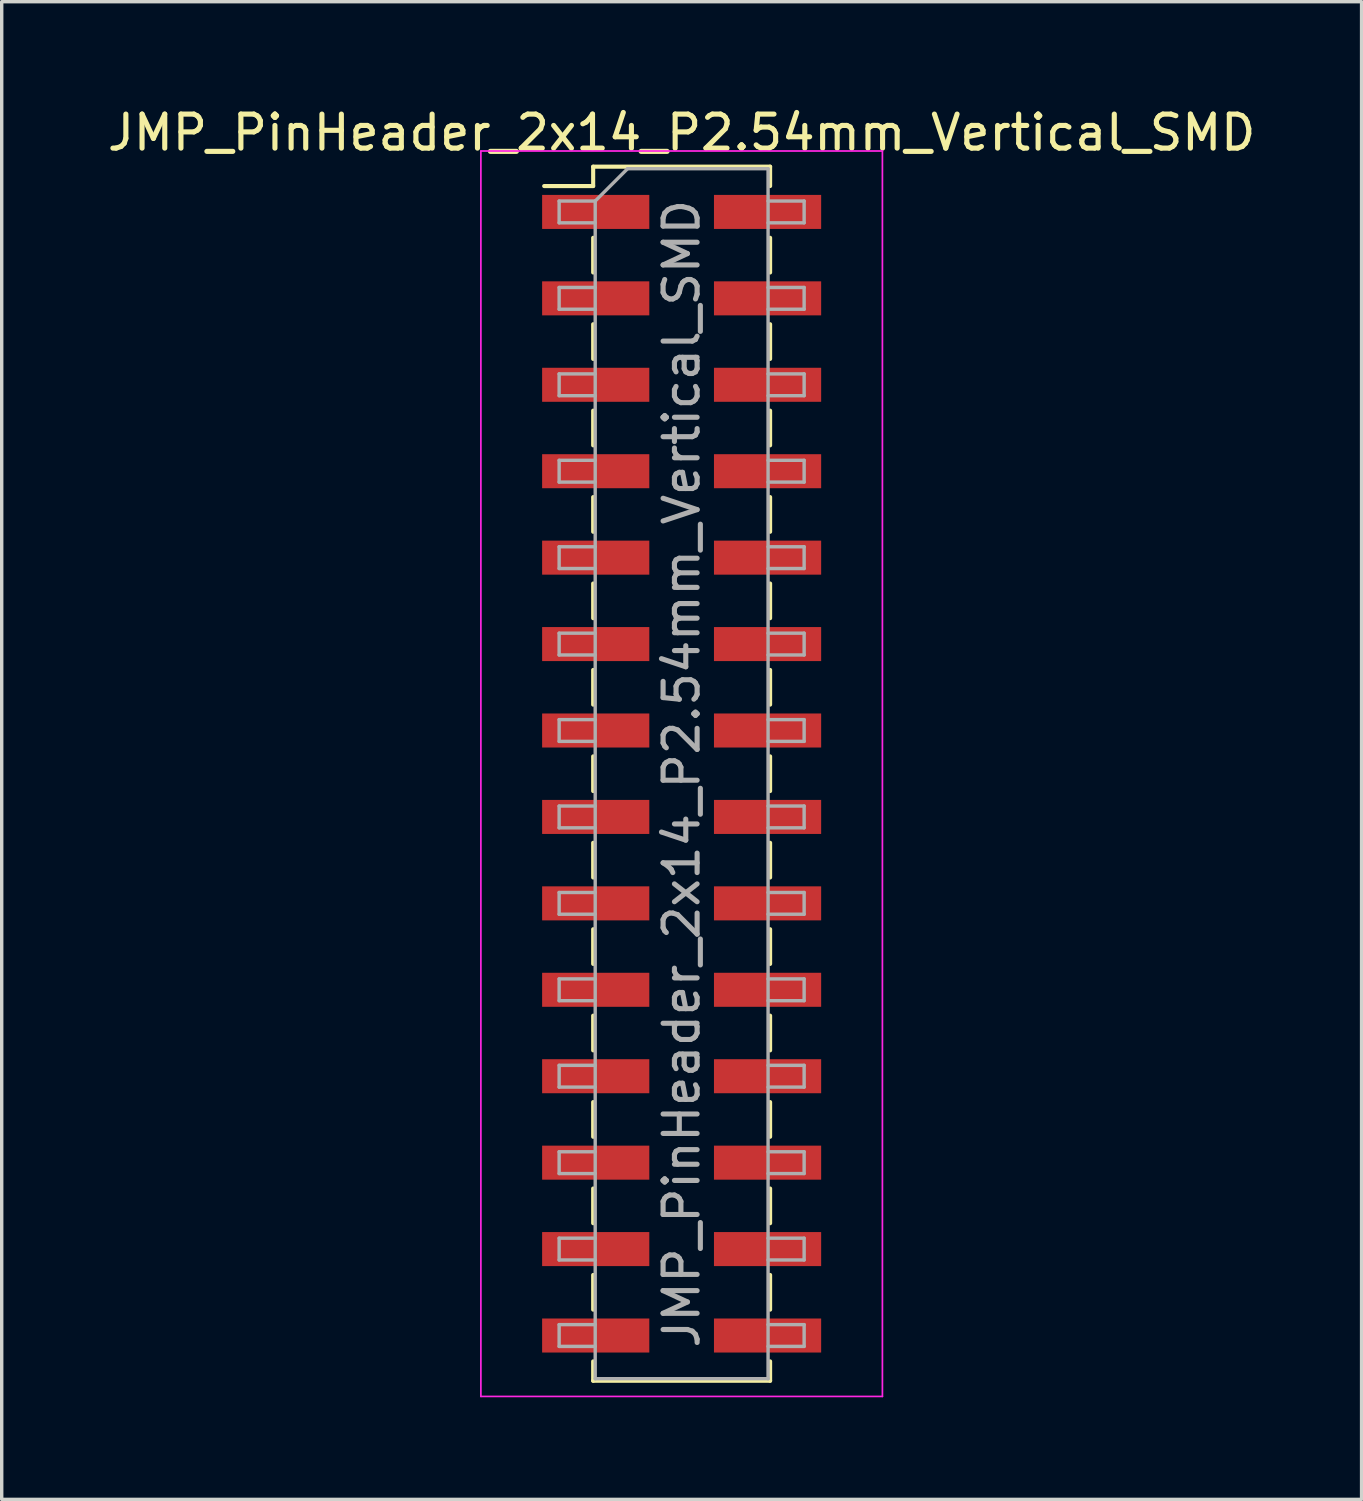
<source format=kicad_pcb>
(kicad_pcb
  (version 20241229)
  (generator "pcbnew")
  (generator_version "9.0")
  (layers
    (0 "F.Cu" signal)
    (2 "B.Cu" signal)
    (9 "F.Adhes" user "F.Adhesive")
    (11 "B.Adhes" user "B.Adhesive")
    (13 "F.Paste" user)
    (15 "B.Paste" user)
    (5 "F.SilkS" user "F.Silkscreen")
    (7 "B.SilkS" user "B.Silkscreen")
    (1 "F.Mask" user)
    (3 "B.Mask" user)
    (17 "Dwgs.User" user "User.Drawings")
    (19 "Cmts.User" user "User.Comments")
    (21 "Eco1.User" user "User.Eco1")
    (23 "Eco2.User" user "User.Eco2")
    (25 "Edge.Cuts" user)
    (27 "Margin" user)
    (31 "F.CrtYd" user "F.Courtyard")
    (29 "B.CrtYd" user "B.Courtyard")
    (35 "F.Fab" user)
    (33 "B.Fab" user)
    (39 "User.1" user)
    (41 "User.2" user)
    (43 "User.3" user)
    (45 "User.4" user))
  (footprint "JMP_PinHeader_2x14_P2.54mm_Vertical_SMD"
    (layer "F.Cu")
    (at 16.982 19.688)
    (property "Reference" "JMP_PinHeader_2x14_P2.54mm_Vertical_SMD" (at 0 -18.84 0) (layer "F.SilkS") (effects (font (size 1 1) (thickness 0.15))))
    (attr smd)
    (fp_line (start -4.04 -17.27) (end -2.6 -17.27) (stroke (width 0.12) (type solid)) (layer "F.SilkS"))
    (fp_line (start -2.6 -17.84) (end -2.6 -17.27) (stroke (width 0.12) (type solid)) (layer "F.SilkS"))
    (fp_line (start -2.6 -17.84) (end 2.6 -17.84) (stroke (width 0.12) (type solid)) (layer "F.SilkS"))
    (fp_line (start -2.6 -15.75) (end -2.6 -14.73) (stroke (width 0.12) (type solid)) (layer "F.SilkS"))
    (fp_line (start -2.6 -13.21) (end -2.6 -12.19) (stroke (width 0.12) (type solid)) (layer "F.SilkS"))
    (fp_line (start -2.6 -10.67) (end -2.6 -9.65) (stroke (width 0.12) (type solid)) (layer "F.SilkS"))
    (fp_line (start -2.6 -8.13) (end -2.6 -7.11) (stroke (width 0.12) (type solid)) (layer "F.SilkS"))
    (fp_line (start -2.6 -5.59) (end -2.6 -4.57) (stroke (width 0.12) (type solid)) (layer "F.SilkS"))
    (fp_line (start -2.6 -3.05) (end -2.6 -2.03) (stroke (width 0.12) (type solid)) (layer "F.SilkS"))
    (fp_line (start -2.6 -0.51) (end -2.6 0.51) (stroke (width 0.12) (type solid)) (layer "F.SilkS"))
    (fp_line (start -2.6 2.03) (end -2.6 3.05) (stroke (width 0.12) (type solid)) (layer "F.SilkS"))
    (fp_line (start -2.6 4.57) (end -2.6 5.59) (stroke (width 0.12) (type solid)) (layer "F.SilkS"))
    (fp_line (start -2.6 7.11) (end -2.6 8.13) (stroke (width 0.12) (type solid)) (layer "F.SilkS"))
    (fp_line (start -2.6 9.65) (end -2.6 10.67) (stroke (width 0.12) (type solid)) (layer "F.SilkS"))
    (fp_line (start -2.6 12.19) (end -2.6 13.21) (stroke (width 0.12) (type solid)) (layer "F.SilkS"))
    (fp_line (start -2.6 14.73) (end -2.6 15.75) (stroke (width 0.12) (type solid)) (layer "F.SilkS"))
    (fp_line (start -2.6 17.27) (end -2.6 17.84) (stroke (width 0.12) (type solid)) (layer "F.SilkS"))
    (fp_line (start -2.6 17.84) (end 2.6 17.84) (stroke (width 0.12) (type solid)) (layer "F.SilkS"))
    (fp_line (start 2.6 -17.84) (end 2.6 -17.27) (stroke (width 0.12) (type solid)) (layer "F.SilkS"))
    (fp_line (start 2.6 -15.75) (end 2.6 -14.73) (stroke (width 0.12) (type solid)) (layer "F.SilkS"))
    (fp_line (start 2.6 -13.21) (end 2.6 -12.19) (stroke (width 0.12) (type solid)) (layer "F.SilkS"))
    (fp_line (start 2.6 -10.67) (end 2.6 -9.65) (stroke (width 0.12) (type solid)) (layer "F.SilkS"))
    (fp_line (start 2.6 -8.13) (end 2.6 -7.11) (stroke (width 0.12) (type solid)) (layer "F.SilkS"))
    (fp_line (start 2.6 -5.59) (end 2.6 -4.57) (stroke (width 0.12) (type solid)) (layer "F.SilkS"))
    (fp_line (start 2.6 -3.05) (end 2.6 -2.03) (stroke (width 0.12) (type solid)) (layer "F.SilkS"))
    (fp_line (start 2.6 -0.51) (end 2.6 0.51) (stroke (width 0.12) (type solid)) (layer "F.SilkS"))
    (fp_line (start 2.6 2.03) (end 2.6 3.05) (stroke (width 0.12) (type solid)) (layer "F.SilkS"))
    (fp_line (start 2.6 4.57) (end 2.6 5.59) (stroke (width 0.12) (type solid)) (layer "F.SilkS"))
    (fp_line (start 2.6 7.11) (end 2.6 8.13) (stroke (width 0.12) (type solid)) (layer "F.SilkS"))
    (fp_line (start 2.6 9.65) (end 2.6 10.67) (stroke (width 0.12) (type solid)) (layer "F.SilkS"))
    (fp_line (start 2.6 12.19) (end 2.6 13.21) (stroke (width 0.12) (type solid)) (layer "F.SilkS"))
    (fp_line (start 2.6 14.73) (end 2.6 15.75) (stroke (width 0.12) (type solid)) (layer "F.SilkS"))
    (fp_line (start 2.6 17.27) (end 2.6 17.84) (stroke (width 0.12) (type solid)) (layer "F.SilkS"))
    (fp_line (start -5.9 -18.3) (end -5.9 18.3) (stroke (width 0.05) (type solid)) (layer "F.CrtYd"))
    (fp_line (start -5.9 18.3) (end 5.9 18.3) (stroke (width 0.05) (type solid)) (layer "F.CrtYd"))
    (fp_line (start 5.9 -18.3) (end -5.9 -18.3) (stroke (width 0.05) (type solid)) (layer "F.CrtYd"))
    (fp_line (start 5.9 18.3) (end 5.9 -18.3) (stroke (width 0.05) (type solid)) (layer "F.CrtYd"))
    (fp_line (start -3.6 -16.83) (end -3.6 -16.19) (stroke (width 0.1) (type solid)) (layer "F.Fab"))
    (fp_line (start -3.6 -16.19) (end -2.54 -16.19) (stroke (width 0.1) (type solid)) (layer "F.Fab"))
    (fp_line (start -3.6 -14.29) (end -3.6 -13.65) (stroke (width 0.1) (type solid)) (layer "F.Fab"))
    (fp_line (start -3.6 -13.65) (end -2.54 -13.65) (stroke (width 0.1) (type solid)) (layer "F.Fab"))
    (fp_line (start -3.6 -11.75) (end -3.6 -11.11) (stroke (width 0.1) (type solid)) (layer "F.Fab"))
    (fp_line (start -3.6 -11.11) (end -2.54 -11.11) (stroke (width 0.1) (type solid)) (layer "F.Fab"))
    (fp_line (start -3.6 -9.21) (end -3.6 -8.57) (stroke (width 0.1) (type solid)) (layer "F.Fab"))
    (fp_line (start -3.6 -8.57) (end -2.54 -8.57) (stroke (width 0.1) (type solid)) (layer "F.Fab"))
    (fp_line (start -3.6 -6.67) (end -3.6 -6.03) (stroke (width 0.1) (type solid)) (layer "F.Fab"))
    (fp_line (start -3.6 -6.03) (end -2.54 -6.03) (stroke (width 0.1) (type solid)) (layer "F.Fab"))
    (fp_line (start -3.6 -4.13) (end -3.6 -3.49) (stroke (width 0.1) (type solid)) (layer "F.Fab"))
    (fp_line (start -3.6 -3.49) (end -2.54 -3.49) (stroke (width 0.1) (type solid)) (layer "F.Fab"))
    (fp_line (start -3.6 -1.59) (end -3.6 -0.95) (stroke (width 0.1) (type solid)) (layer "F.Fab"))
    (fp_line (start -3.6 -0.95) (end -2.54 -0.95) (stroke (width 0.1) (type solid)) (layer "F.Fab"))
    (fp_line (start -3.6 0.95) (end -3.6 1.59) (stroke (width 0.1) (type solid)) (layer "F.Fab"))
    (fp_line (start -3.6 1.59) (end -2.54 1.59) (stroke (width 0.1) (type solid)) (layer "F.Fab"))
    (fp_line (start -3.6 3.49) (end -3.6 4.13) (stroke (width 0.1) (type solid)) (layer "F.Fab"))
    (fp_line (start -3.6 4.13) (end -2.54 4.13) (stroke (width 0.1) (type solid)) (layer "F.Fab"))
    (fp_line (start -3.6 6.03) (end -3.6 6.67) (stroke (width 0.1) (type solid)) (layer "F.Fab"))
    (fp_line (start -3.6 6.67) (end -2.54 6.67) (stroke (width 0.1) (type solid)) (layer "F.Fab"))
    (fp_line (start -3.6 8.57) (end -3.6 9.21) (stroke (width 0.1) (type solid)) (layer "F.Fab"))
    (fp_line (start -3.6 9.21) (end -2.54 9.21) (stroke (width 0.1) (type solid)) (layer "F.Fab"))
    (fp_line (start -3.6 11.11) (end -3.6 11.75) (stroke (width 0.1) (type solid)) (layer "F.Fab"))
    (fp_line (start -3.6 11.75) (end -2.54 11.75) (stroke (width 0.1) (type solid)) (layer "F.Fab"))
    (fp_line (start -3.6 13.65) (end -3.6 14.29) (stroke (width 0.1) (type solid)) (layer "F.Fab"))
    (fp_line (start -3.6 14.29) (end -2.54 14.29) (stroke (width 0.1) (type solid)) (layer "F.Fab"))
    (fp_line (start -3.6 16.19) (end -3.6 16.83) (stroke (width 0.1) (type solid)) (layer "F.Fab"))
    (fp_line (start -3.6 16.83) (end -2.54 16.83) (stroke (width 0.1) (type solid)) (layer "F.Fab"))
    (fp_line (start -2.54 -16.83) (end -3.6 -16.83) (stroke (width 0.1) (type solid)) (layer "F.Fab"))
    (fp_line (start -2.54 -16.83) (end -1.59 -17.78) (stroke (width 0.1) (type solid)) (layer "F.Fab"))
    (fp_line (start -2.54 -14.29) (end -3.6 -14.29) (stroke (width 0.1) (type solid)) (layer "F.Fab"))
    (fp_line (start -2.54 -11.75) (end -3.6 -11.75) (stroke (width 0.1) (type solid)) (layer "F.Fab"))
    (fp_line (start -2.54 -9.21) (end -3.6 -9.21) (stroke (width 0.1) (type solid)) (layer "F.Fab"))
    (fp_line (start -2.54 -6.67) (end -3.6 -6.67) (stroke (width 0.1) (type solid)) (layer "F.Fab"))
    (fp_line (start -2.54 -4.13) (end -3.6 -4.13) (stroke (width 0.1) (type solid)) (layer "F.Fab"))
    (fp_line (start -2.54 -1.59) (end -3.6 -1.59) (stroke (width 0.1) (type solid)) (layer "F.Fab"))
    (fp_line (start -2.54 0.95) (end -3.6 0.95) (stroke (width 0.1) (type solid)) (layer "F.Fab"))
    (fp_line (start -2.54 3.49) (end -3.6 3.49) (stroke (width 0.1) (type solid)) (layer "F.Fab"))
    (fp_line (start -2.54 6.03) (end -3.6 6.03) (stroke (width 0.1) (type solid)) (layer "F.Fab"))
    (fp_line (start -2.54 8.57) (end -3.6 8.57) (stroke (width 0.1) (type solid)) (layer "F.Fab"))
    (fp_line (start -2.54 11.11) (end -3.6 11.11) (stroke (width 0.1) (type solid)) (layer "F.Fab"))
    (fp_line (start -2.54 13.65) (end -3.6 13.65) (stroke (width 0.1) (type solid)) (layer "F.Fab"))
    (fp_line (start -2.54 16.19) (end -3.6 16.19) (stroke (width 0.1) (type solid)) (layer "F.Fab"))
    (fp_line (start -2.54 17.78) (end -2.54 -16.83) (stroke (width 0.1) (type solid)) (layer "F.Fab"))
    (fp_line (start -1.59 -17.78) (end 2.54 -17.78) (stroke (width 0.1) (type solid)) (layer "F.Fab"))
    (fp_line (start 2.54 -17.78) (end 2.54 17.78) (stroke (width 0.1) (type solid)) (layer "F.Fab"))
    (fp_line (start 2.54 -16.83) (end 3.6 -16.83) (stroke (width 0.1) (type solid)) (layer "F.Fab"))
    (fp_line (start 2.54 -14.29) (end 3.6 -14.29) (stroke (width 0.1) (type solid)) (layer "F.Fab"))
    (fp_line (start 2.54 -11.75) (end 3.6 -11.75) (stroke (width 0.1) (type solid)) (layer "F.Fab"))
    (fp_line (start 2.54 -9.21) (end 3.6 -9.21) (stroke (width 0.1) (type solid)) (layer "F.Fab"))
    (fp_line (start 2.54 -6.67) (end 3.6 -6.67) (stroke (width 0.1) (type solid)) (layer "F.Fab"))
    (fp_line (start 2.54 -4.13) (end 3.6 -4.13) (stroke (width 0.1) (type solid)) (layer "F.Fab"))
    (fp_line (start 2.54 -1.59) (end 3.6 -1.59) (stroke (width 0.1) (type solid)) (layer "F.Fab"))
    (fp_line (start 2.54 0.95) (end 3.6 0.95) (stroke (width 0.1) (type solid)) (layer "F.Fab"))
    (fp_line (start 2.54 3.49) (end 3.6 3.49) (stroke (width 0.1) (type solid)) (layer "F.Fab"))
    (fp_line (start 2.54 6.03) (end 3.6 6.03) (stroke (width 0.1) (type solid)) (layer "F.Fab"))
    (fp_line (start 2.54 8.57) (end 3.6 8.57) (stroke (width 0.1) (type solid)) (layer "F.Fab"))
    (fp_line (start 2.54 11.11) (end 3.6 11.11) (stroke (width 0.1) (type solid)) (layer "F.Fab"))
    (fp_line (start 2.54 13.65) (end 3.6 13.65) (stroke (width 0.1) (type solid)) (layer "F.Fab"))
    (fp_line (start 2.54 16.19) (end 3.6 16.19) (stroke (width 0.1) (type solid)) (layer "F.Fab"))
    (fp_line (start 2.54 17.78) (end -2.54 17.78) (stroke (width 0.1) (type solid)) (layer "F.Fab"))
    (fp_line (start 3.6 -16.83) (end 3.6 -16.19) (stroke (width 0.1) (type solid)) (layer "F.Fab"))
    (fp_line (start 3.6 -16.19) (end 2.54 -16.19) (stroke (width 0.1) (type solid)) (layer "F.Fab"))
    (fp_line (start 3.6 -14.29) (end 3.6 -13.65) (stroke (width 0.1) (type solid)) (layer "F.Fab"))
    (fp_line (start 3.6 -13.65) (end 2.54 -13.65) (stroke (width 0.1) (type solid)) (layer "F.Fab"))
    (fp_line (start 3.6 -11.75) (end 3.6 -11.11) (stroke (width 0.1) (type solid)) (layer "F.Fab"))
    (fp_line (start 3.6 -11.11) (end 2.54 -11.11) (stroke (width 0.1) (type solid)) (layer "F.Fab"))
    (fp_line (start 3.6 -9.21) (end 3.6 -8.57) (stroke (width 0.1) (type solid)) (layer "F.Fab"))
    (fp_line (start 3.6 -8.57) (end 2.54 -8.57) (stroke (width 0.1) (type solid)) (layer "F.Fab"))
    (fp_line (start 3.6 -6.67) (end 3.6 -6.03) (stroke (width 0.1) (type solid)) (layer "F.Fab"))
    (fp_line (start 3.6 -6.03) (end 2.54 -6.03) (stroke (width 0.1) (type solid)) (layer "F.Fab"))
    (fp_line (start 3.6 -4.13) (end 3.6 -3.49) (stroke (width 0.1) (type solid)) (layer "F.Fab"))
    (fp_line (start 3.6 -3.49) (end 2.54 -3.49) (stroke (width 0.1) (type solid)) (layer "F.Fab"))
    (fp_line (start 3.6 -1.59) (end 3.6 -0.95) (stroke (width 0.1) (type solid)) (layer "F.Fab"))
    (fp_line (start 3.6 -0.95) (end 2.54 -0.95) (stroke (width 0.1) (type solid)) (layer "F.Fab"))
    (fp_line (start 3.6 0.95) (end 3.6 1.59) (stroke (width 0.1) (type solid)) (layer "F.Fab"))
    (fp_line (start 3.6 1.59) (end 2.54 1.59) (stroke (width 0.1) (type solid)) (layer "F.Fab"))
    (fp_line (start 3.6 3.49) (end 3.6 4.13) (stroke (width 0.1) (type solid)) (layer "F.Fab"))
    (fp_line (start 3.6 4.13) (end 2.54 4.13) (stroke (width 0.1) (type solid)) (layer "F.Fab"))
    (fp_line (start 3.6 6.03) (end 3.6 6.67) (stroke (width 0.1) (type solid)) (layer "F.Fab"))
    (fp_line (start 3.6 6.67) (end 2.54 6.67) (stroke (width 0.1) (type solid)) (layer "F.Fab"))
    (fp_line (start 3.6 8.57) (end 3.6 9.21) (stroke (width 0.1) (type solid)) (layer "F.Fab"))
    (fp_line (start 3.6 9.21) (end 2.54 9.21) (stroke (width 0.1) (type solid)) (layer "F.Fab"))
    (fp_line (start 3.6 11.11) (end 3.6 11.75) (stroke (width 0.1) (type solid)) (layer "F.Fab"))
    (fp_line (start 3.6 11.75) (end 2.54 11.75) (stroke (width 0.1) (type solid)) (layer "F.Fab"))
    (fp_line (start 3.6 13.65) (end 3.6 14.29) (stroke (width 0.1) (type solid)) (layer "F.Fab"))
    (fp_line (start 3.6 14.29) (end 2.54 14.29) (stroke (width 0.1) (type solid)) (layer "F.Fab"))
    (fp_line (start 3.6 16.19) (end 3.6 16.83) (stroke (width 0.1) (type solid)) (layer "F.Fab"))
    (fp_line (start 3.6 16.83) (end 2.54 16.83) (stroke (width 0.1) (type solid)) (layer "F.Fab"))
    (fp_text user "${REFERENCE}" (at 0 0 270) (layer "F.Fab") (effects (font (size 1 1) (thickness 0.15))))
    (pad "1" smd rect (at -2.525 -16.51) (size 3.15 1) (layers "F.Cu" "F.Mask" "F.Paste"))
    (pad "2" smd rect (at 2.525 -16.51) (size 3.15 1) (layers "F.Cu" "F.Mask" "F.Paste"))
    (pad "3" smd rect (at -2.525 -13.97) (size 3.15 1) (layers "F.Cu" "F.Mask" "F.Paste"))
    (pad "4" smd rect (at 2.525 -13.97) (size 3.15 1) (layers "F.Cu" "F.Mask" "F.Paste"))
    (pad "5" smd rect (at -2.525 -11.43) (size 3.15 1) (layers "F.Cu" "F.Mask" "F.Paste"))
    (pad "6" smd rect (at 2.525 -11.43) (size 3.15 1) (layers "F.Cu" "F.Mask" "F.Paste"))
    (pad "7" smd rect (at -2.525 -8.89) (size 3.15 1) (layers "F.Cu" "F.Mask" "F.Paste"))
    (pad "8" smd rect (at 2.525 -8.89) (size 3.15 1) (layers "F.Cu" "F.Mask" "F.Paste"))
    (pad "9" smd rect (at -2.525 -6.35) (size 3.15 1) (layers "F.Cu" "F.Mask" "F.Paste"))
    (pad "10" smd rect (at 2.525 -6.35) (size 3.15 1) (layers "F.Cu" "F.Mask" "F.Paste"))
    (pad "11" smd rect (at -2.525 -3.81) (size 3.15 1) (layers "F.Cu" "F.Mask" "F.Paste"))
    (pad "12" smd rect (at 2.525 -3.81) (size 3.15 1) (layers "F.Cu" "F.Mask" "F.Paste"))
    (pad "13" smd rect (at -2.525 -1.27) (size 3.15 1) (layers "F.Cu" "F.Mask" "F.Paste"))
    (pad "14" smd rect (at 2.525 -1.27) (size 3.15 1) (layers "F.Cu" "F.Mask" "F.Paste"))
    (pad "15" smd rect (at -2.525 1.27) (size 3.15 1) (layers "F.Cu" "F.Mask" "F.Paste"))
    (pad "16" smd rect (at 2.525 1.27) (size 3.15 1) (layers "F.Cu" "F.Mask" "F.Paste"))
    (pad "17" smd rect (at -2.525 3.81) (size 3.15 1) (layers "F.Cu" "F.Mask" "F.Paste"))
    (pad "18" smd rect (at 2.525 3.81) (size 3.15 1) (layers "F.Cu" "F.Mask" "F.Paste"))
    (pad "19" smd rect (at -2.525 6.35) (size 3.15 1) (layers "F.Cu" "F.Mask" "F.Paste"))
    (pad "20" smd rect (at 2.525 6.35) (size 3.15 1) (layers "F.Cu" "F.Mask" "F.Paste"))
    (pad "21" smd rect (at -2.525 8.89) (size 3.15 1) (layers "F.Cu" "F.Mask" "F.Paste"))
    (pad "22" smd rect (at 2.525 8.89) (size 3.15 1) (layers "F.Cu" "F.Mask" "F.Paste"))
    (pad "23" smd rect (at -2.525 11.43) (size 3.15 1) (layers "F.Cu" "F.Mask" "F.Paste"))
    (pad "24" smd rect (at 2.525 11.43) (size 3.15 1) (layers "F.Cu" "F.Mask" "F.Paste"))
    (pad "25" smd rect (at -2.525 13.97) (size 3.15 1) (layers "F.Cu" "F.Mask" "F.Paste"))
    (pad "26" smd rect (at 2.525 13.97) (size 3.15 1) (layers "F.Cu" "F.Mask" "F.Paste"))
    (pad "27" smd rect (at -2.525 16.51) (size 3.15 1) (layers "F.Cu" "F.Mask" "F.Paste"))
    (pad "28" smd rect (at 2.525 16.51) (size 3.15 1) (layers "F.Cu" "F.Mask" "F.Paste")))
  (gr_rect
    (start -3 -3)
    (end 36.964 41.013)
    (stroke (width 0.1) (type default))
    (fill no)
    (layer "Edge.Cuts")))
</source>
